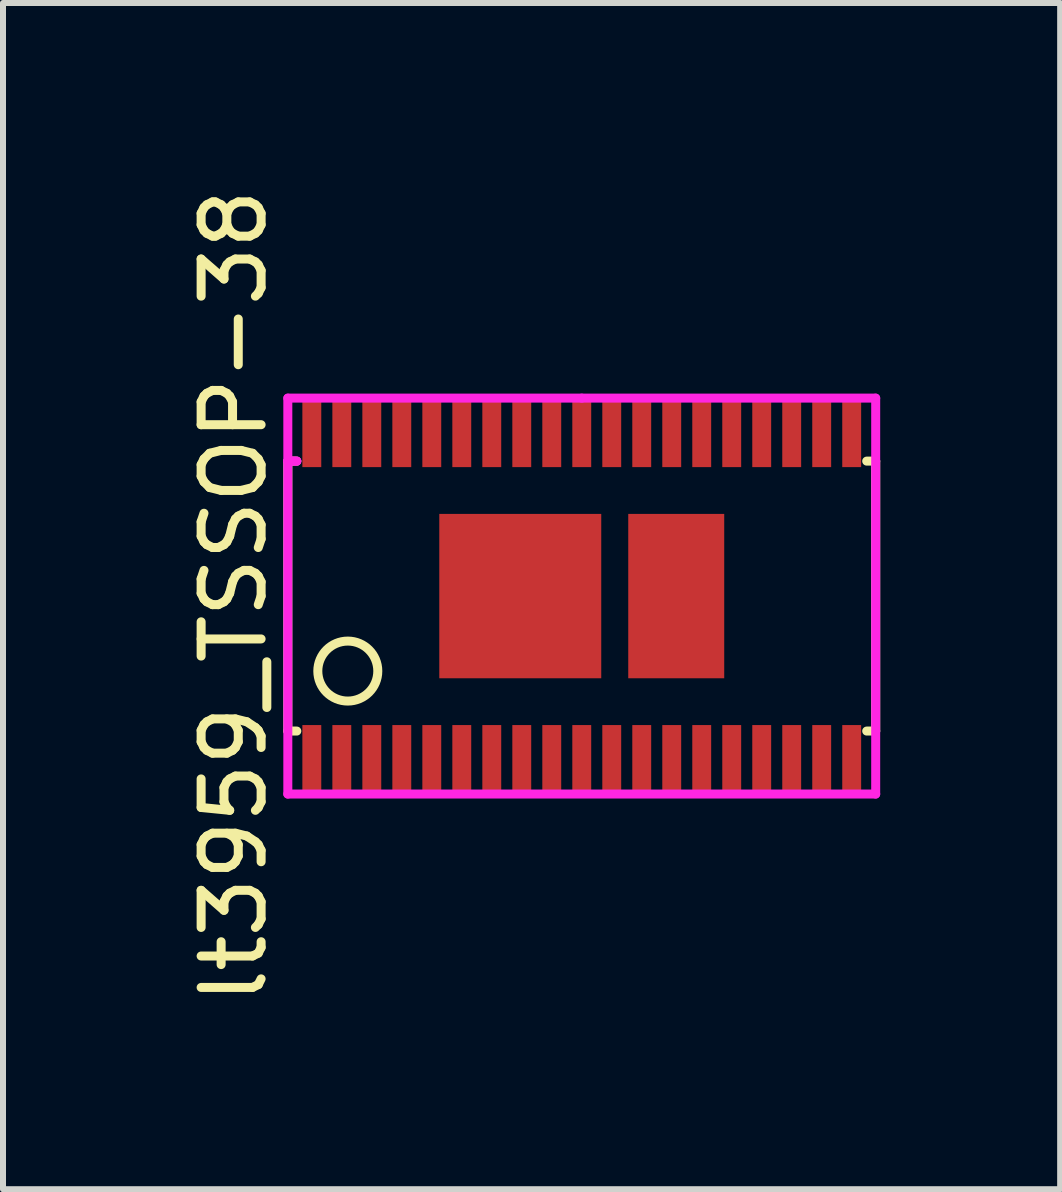
<source format=kicad_pcb>
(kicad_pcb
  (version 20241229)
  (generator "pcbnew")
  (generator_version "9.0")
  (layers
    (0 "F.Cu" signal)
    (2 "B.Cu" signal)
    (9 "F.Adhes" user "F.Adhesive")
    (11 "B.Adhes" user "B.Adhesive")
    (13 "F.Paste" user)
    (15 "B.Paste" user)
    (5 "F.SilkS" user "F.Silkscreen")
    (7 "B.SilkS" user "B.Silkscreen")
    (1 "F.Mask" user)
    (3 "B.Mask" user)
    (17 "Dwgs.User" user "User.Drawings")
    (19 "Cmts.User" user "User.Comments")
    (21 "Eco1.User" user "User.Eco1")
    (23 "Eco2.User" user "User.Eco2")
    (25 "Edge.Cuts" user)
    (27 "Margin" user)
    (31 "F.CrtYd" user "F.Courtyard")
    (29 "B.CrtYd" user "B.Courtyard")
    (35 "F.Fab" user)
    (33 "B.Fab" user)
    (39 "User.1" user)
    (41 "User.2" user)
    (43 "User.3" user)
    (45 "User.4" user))
  (footprint "lt3959_TSSOP-38"
    (layer "F.Cu")
    (at 6.648 6.887)
    (property "Reference" "lt3959_TSSOP-38" (at -5.8 0 90) (layer "F.SilkS") (effects (font (size 1 1) (thickness 0.15))))
    (attr through_hole)
    (fp_line (start -4.9 -2.25) (end -4.9 2.25) (stroke (width 0.15) (type solid)) (layer "F.SilkS"))
    (fp_line (start -4.9 -2.25) (end -4.75 -2.25) (stroke (width 0.15) (type solid)) (layer "F.SilkS"))
    (fp_line (start -4.9 2.25) (end -4.75 2.25) (stroke (width 0.15) (type solid)) (layer "F.SilkS"))
    (fp_line (start 4.9 -2.25) (end 4.75 -2.25) (stroke (width 0.15) (type solid)) (layer "F.SilkS"))
    (fp_line (start 4.9 2.25) (end 4.75 2.25) (stroke (width 0.15) (type solid)) (layer "F.SilkS"))
    (fp_line (start 4.9 2.25) (end 4.9 -2.25) (stroke (width 0.15) (type solid)) (layer "F.SilkS"))
    (fp_circle (center -3.9 1.25) (end -3.9 0.75) (stroke (width 0.15) (type solid)) (fill no) (layer "F.SilkS"))
    (fp_line (start -4.9 -3.3) (end -4.9 3.3) (stroke (width 0.15) (type solid)) (layer "F.CrtYd"))
    (fp_line (start -4.9 -2.25) (end -4.75 -2.25) (stroke (width 0.15) (type solid)) (layer "F.CrtYd"))
    (fp_line (start -4.9 3.3) (end 4.9 3.3) (stroke (width 0.15) (type solid)) (layer "F.CrtYd"))
    (fp_line (start -4.75 -2.25) (end -4.9 -2.25) (stroke (width 0.15) (type solid)) (layer "F.CrtYd"))
    (fp_line (start 0 -3.3) (end -4.9 -3.3) (stroke (width 0.15) (type solid)) (layer "F.CrtYd"))
    (fp_line (start 4.9 -3.3) (end 0 -3.3) (stroke (width 0.15) (type solid)) (layer "F.CrtYd"))
    (fp_line (start 4.9 3.3) (end 4.9 -3.3) (stroke (width 0.15) (type solid)) (layer "F.CrtYd"))
    (pad "1" smd rect (at -4.5 2.725) (size 0.315 1.15) (layers "F.Cu" "F.Mask" "F.Paste"))
    (pad "2" smd rect (at -4 2.725) (size 0.315 1.15) (layers "F.Cu" "F.Mask" "F.Paste"))
    (pad "3" smd rect (at -3.5 2.725) (size 0.315 1.15) (layers "F.Cu" "F.Mask" "F.Paste"))
    (pad "4" smd rect (at -3 2.725) (size 0.315 1.15) (layers "F.Cu" "F.Mask" "F.Paste"))
    (pad "5" smd rect (at -2.5 2.725) (size 0.315 1.15) (layers "F.Cu" "F.Mask" "F.Paste"))
    (pad "6" smd rect (at -2 2.725) (size 0.315 1.15) (layers "F.Cu" "F.Mask" "F.Paste"))
    (pad "7" smd rect (at -1.5 2.725) (size 0.315 1.15) (layers "F.Cu" "F.Mask" "F.Paste"))
    (pad "8" smd rect (at -1 2.725) (size 0.315 1.15) (layers "F.Cu" "F.Mask" "F.Paste"))
    (pad "9" smd rect (at -0.5 2.725) (size 0.315 1.15) (layers "F.Cu" "F.Mask" "F.Paste"))
    (pad "10" smd rect (at -1.025 0) (size 2.7 2.74) (layers "F.Cu" "F.Mask" "F.Paste"))
    (pad "10" smd rect (at 0 2.725) (size 0.315 1.15) (layers "F.Cu" "F.Mask" "F.Paste"))
    (pad "11" smd rect (at 0.5 2.725) (size 0.315 1.15) (layers "F.Cu" "F.Mask" "F.Paste"))
    (pad "12" smd rect (at 1 2.725) (size 0.315 1.15) (layers "F.Cu" "F.Mask" "F.Paste"))
    (pad "12" smd rect (at 1.575 0) (size 1.6 2.74) (layers "F.Cu" "F.Mask" "F.Paste"))
    (pad "13" smd rect (at 1.5 2.725) (size 0.315 1.15) (layers "F.Cu" "F.Mask" "F.Paste"))
    (pad "14" smd rect (at 2 2.725) (size 0.315 1.15) (layers "F.Cu" "F.Mask" "F.Paste"))
    (pad "15" smd rect (at 2.5 2.725) (size 0.315 1.15) (layers "F.Cu" "F.Mask" "F.Paste"))
    (pad "16" smd rect (at 3 2.725) (size 0.315 1.15) (layers "F.Cu" "F.Mask" "F.Paste"))
    (pad "17" smd rect (at 3.5 2.725) (size 0.315 1.15) (layers "F.Cu" "F.Mask" "F.Paste"))
    (pad "18" smd rect (at 4 2.725) (size 0.315 1.15) (layers "F.Cu" "F.Mask" "F.Paste"))
    (pad "19" smd rect (at 4.5 2.725) (size 0.315 1.15) (layers "F.Cu" "F.Mask" "F.Paste"))
    (pad "20" smd rect (at 4.5 -2.725) (size 0.315 1.15) (layers "F.Cu" "F.Mask" "F.Paste"))
    (pad "21" smd rect (at 4 -2.725) (size 0.315 1.15) (layers "F.Cu" "F.Mask" "F.Paste"))
    (pad "22" smd rect (at 3.5 -2.725) (size 0.315 1.15) (layers "F.Cu" "F.Mask" "F.Paste"))
    (pad "23" smd rect (at 3 -2.725) (size 0.315 1.15) (layers "F.Cu" "F.Mask" "F.Paste"))
    (pad "24" smd rect (at 2.5 -2.725) (size 0.315 1.15) (layers "F.Cu" "F.Mask" "F.Paste"))
    (pad "25" smd rect (at 2 -2.725) (size 0.315 1.15) (layers "F.Cu" "F.Mask" "F.Paste"))
    (pad "26" smd rect (at 1.5 -2.725) (size 0.315 1.15) (layers "F.Cu" "F.Mask" "F.Paste"))
    (pad "27" smd rect (at 1 -2.725) (size 0.315 1.15) (layers "F.Cu" "F.Mask" "F.Paste"))
    (pad "28" smd rect (at 0.5 -2.725) (size 0.315 1.15) (layers "F.Cu" "F.Mask" "F.Paste"))
    (pad "29" smd rect (at 0 -2.725) (size 0.315 1.15) (layers "F.Cu" "F.Mask" "F.Paste"))
    (pad "30" smd rect (at -0.5 -2.725) (size 0.315 1.15) (layers "F.Cu" "F.Mask" "F.Paste"))
    (pad "31" smd rect (at -1 -2.725) (size 0.315 1.15) (layers "F.Cu" "F.Mask" "F.Paste"))
    (pad "32" smd rect (at -1.5 -2.725) (size 0.315 1.15) (layers "F.Cu" "F.Mask" "F.Paste"))
    (pad "33" smd rect (at -2 -2.725) (size 0.315 1.15) (layers "F.Cu" "F.Mask" "F.Paste"))
    (pad "34" smd rect (at -2.5 -2.725) (size 0.315 1.15) (layers "F.Cu" "F.Mask" "F.Paste"))
    (pad "35" smd rect (at -3 -2.725) (size 0.315 1.15) (layers "F.Cu" "F.Mask" "F.Paste"))
    (pad "36" smd rect (at -3.5 -2.725) (size 0.315 1.15) (layers "F.Cu" "F.Mask" "F.Paste"))
    (pad "37" smd rect (at -4 -2.725) (size 0.315 1.15) (layers "F.Cu" "F.Mask" "F.Paste"))
    (pad "38" smd rect (at -4.5 -2.725) (size 0.315 1.15) (layers "F.Cu" "F.Mask" "F.Paste")))
  (gr_rect
    (start -3 -3)
    (end 14.623 16.774)
    (stroke (width 0.1) (type default))
    (fill no)
    (layer "Edge.Cuts")))
</source>
